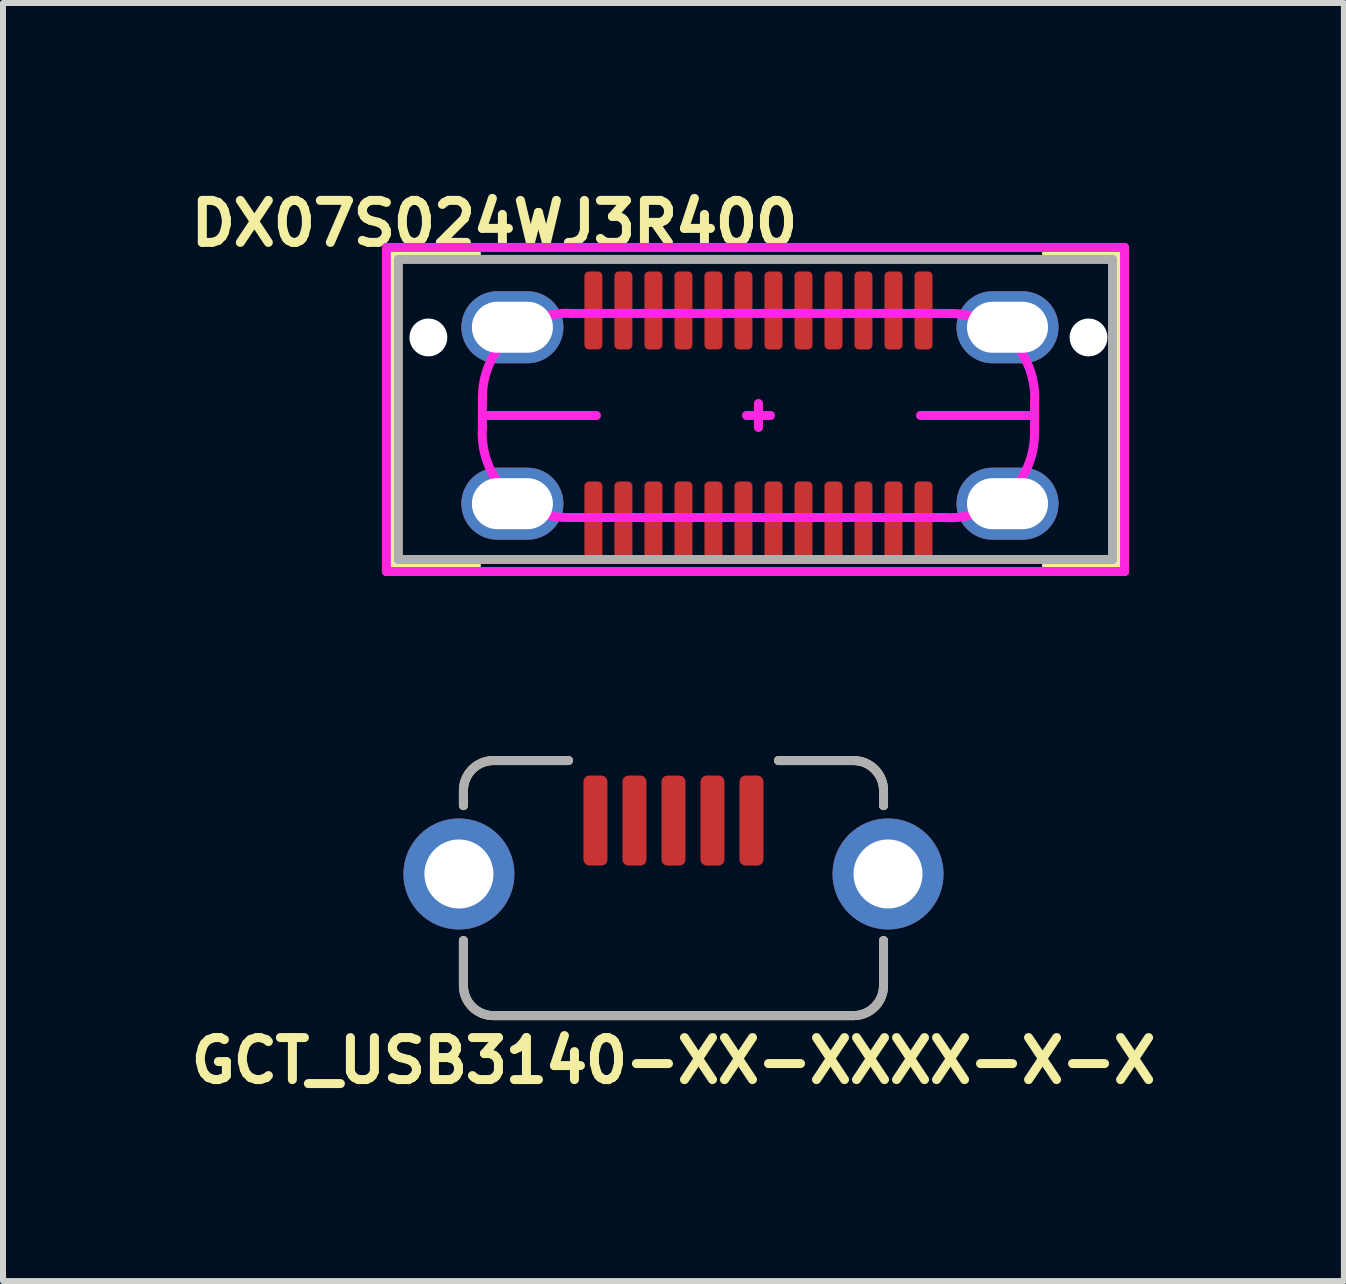
<source format=kicad_pcb>
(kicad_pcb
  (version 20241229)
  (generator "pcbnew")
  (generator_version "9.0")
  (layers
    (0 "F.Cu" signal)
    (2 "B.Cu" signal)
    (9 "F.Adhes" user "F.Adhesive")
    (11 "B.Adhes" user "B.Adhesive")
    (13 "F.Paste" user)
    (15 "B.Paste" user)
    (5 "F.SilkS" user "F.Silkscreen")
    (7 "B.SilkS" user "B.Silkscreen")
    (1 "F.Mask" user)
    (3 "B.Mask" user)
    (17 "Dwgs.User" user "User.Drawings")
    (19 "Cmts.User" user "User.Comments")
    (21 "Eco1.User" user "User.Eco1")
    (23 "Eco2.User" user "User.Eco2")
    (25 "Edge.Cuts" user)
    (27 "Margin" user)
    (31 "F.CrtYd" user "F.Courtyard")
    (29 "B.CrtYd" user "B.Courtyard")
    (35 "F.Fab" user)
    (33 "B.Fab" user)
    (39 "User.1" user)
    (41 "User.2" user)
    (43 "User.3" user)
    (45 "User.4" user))
  (footprint "DX07S024WJ3R400"
    (layer "F.Cu")
    (at 9.588 2.573)
    (property "Reference" "DX07S024WJ3R400" (at -4.4 -1.9 0) (layer "F.SilkS") (effects (font (size 0.7 0.7) (thickness 0.15))))
    (attr through_hole)
    (fp_line (start -6.1 -1.4) (end -6.1 3.8) (stroke (width 0.15) (type solid)) (layer "F.SilkS"))
    (fp_line (start -6.1 -1.4) (end -4.7 -1.4) (stroke (width 0.15) (type solid)) (layer "F.SilkS"))
    (fp_line (start -6.1 3.8) (end -4.7 3.8) (stroke (width 0.15) (type solid)) (layer "F.SilkS"))
    (fp_line (start 6 -1.4) (end 4.8 -1.4) (stroke (width 0.15) (type solid)) (layer "F.SilkS"))
    (fp_line (start 6 3.8) (end 4.8 3.8) (stroke (width 0.15) (type solid)) (layer "F.SilkS"))
    (fp_line (start 6 3.8) (end 6 -1.4) (stroke (width 0.15) (type solid)) (layer "F.SilkS"))
    (fp_line (start -6.2 -1.5) (end 6.1 -1.5) (stroke (width 0.15) (type solid)) (layer "F.CrtYd"))
    (fp_line (start -6.2 3.9) (end -6.2 -1.5) (stroke (width 0.15) (type solid)) (layer "F.CrtYd"))
    (fp_line (start -4.6 1) (end -4.6 1.3) (stroke (width 0.15) (type solid)) (layer "F.CrtYd"))
    (fp_line (start -4.6 1.3) (end -4.6 1.5) (stroke (width 0.15) (type solid)) (layer "F.CrtYd"))
    (fp_line (start -4.6 1.3) (end -2.7 1.3) (stroke (width 0.15) (type solid)) (layer "F.CrtYd"))
    (fp_line (start -3.2 3) (end 3.1 3) (stroke (width 0.15) (type solid)) (layer "F.CrtYd"))
    (fp_line (start -0.2 1.3) (end 0.2 1.3) (stroke (width 0.15) (type solid)) (layer "F.CrtYd"))
    (fp_line (start 0 1.1) (end 0 1.5) (stroke (width 0.15) (type solid)) (layer "F.CrtYd"))
    (fp_line (start 3.2 -0.4) (end -3.1 -0.4) (stroke (width 0.15) (type solid)) (layer "F.CrtYd"))
    (fp_line (start 4.6 1.1) (end 4.6 1.3) (stroke (width 0.15) (type solid)) (layer "F.CrtYd"))
    (fp_line (start 4.6 1.3) (end 2.7 1.3) (stroke (width 0.15) (type solid)) (layer "F.CrtYd"))
    (fp_line (start 4.6 1.3) (end 4.6 1.6) (stroke (width 0.15) (type solid)) (layer "F.CrtYd"))
    (fp_line (start 6.1 -1.5) (end 6.1 3.9) (stroke (width 0.15) (type solid)) (layer "F.CrtYd"))
    (fp_line (start 6.1 3.9) (end -6.2 3.9) (stroke (width 0.15) (type solid)) (layer "F.CrtYd"))
    (fp_arc (start -4.599459 1) (mid -4.153841 -0.025717) (end -3.1 -0.4) (stroke (width 0.15) (type solid)) (layer "F.CrtYd"))
    (fp_arc (start -3.2 2.999459) (mid -4.225717 2.553841) (end -4.6 1.5) (stroke (width 0.15) (type solid)) (layer "F.CrtYd"))
    (fp_arc (start 3.2 -0.399459) (mid 4.225717 0.046159) (end 4.6 1.1) (stroke (width 0.15) (type solid)) (layer "F.CrtYd"))
    (fp_arc (start 4.599459 1.6) (mid 4.153841 2.625717) (end 3.1 3) (stroke (width 0.15) (type solid)) (layer "F.CrtYd"))
    (fp_line (start -6 -1.3) (end 5.9 -1.3) (stroke (width 0.15) (type solid)) (layer "F.Fab"))
    (fp_line (start -6 3.7) (end -6 -1.3) (stroke (width 0.15) (type solid)) (layer "F.Fab"))
    (fp_line (start 5.9 -1.3) (end 5.9 3.7) (stroke (width 0.15) (type solid)) (layer "F.Fab"))
    (fp_line (start 5.9 3.7) (end -6 3.7) (stroke (width 0.15) (type solid)) (layer "F.Fab"))
    (pad "" np_thru_hole circle (at -5.5 0) (size 0.63 0.63) (drill 0.63) (layers "*.Cu" "*.Mask"))
    (pad "" np_thru_hole circle (at 5.5 0) (size 0.63 0.63) (drill 0.63) (layers "*.Cu" "*.Mask"))
    (pad "A1" smd roundrect (at -2.75 -0.45) (size 0.3 1.3) (layers "F.Cu" "F.Mask" "F.Paste") (roundrect_rratio 0.25))
    (pad "A2" smd roundrect (at -2.25 -0.45) (size 0.3 1.3) (layers "F.Cu" "F.Mask" "F.Paste") (roundrect_rratio 0.25))
    (pad "A3" smd roundrect (at -1.75 -0.45) (size 0.3 1.3) (layers "F.Cu" "F.Mask" "F.Paste") (roundrect_rratio 0.25))
    (pad "A4" smd roundrect (at -1.25 -0.45) (size 0.3 1.3) (layers "F.Cu" "F.Mask" "F.Paste") (roundrect_rratio 0.25))
    (pad "A5" smd roundrect (at -0.75 -0.45) (size 0.3 1.3) (layers "F.Cu" "F.Mask" "F.Paste") (roundrect_rratio 0.25))
    (pad "A6" smd roundrect (at -0.25 -0.45) (size 0.3 1.3) (layers "F.Cu" "F.Mask" "F.Paste") (roundrect_rratio 0.25))
    (pad "A7" smd roundrect (at 0.25 -0.45) (size 0.3 1.3) (layers "F.Cu" "F.Mask" "F.Paste") (roundrect_rratio 0.25))
    (pad "A8" smd roundrect (at 0.75 -0.45) (size 0.3 1.3) (layers "F.Cu" "F.Mask" "F.Paste") (roundrect_rratio 0.25))
    (pad "A9" smd roundrect (at 1.25 -0.45) (size 0.3 1.3) (layers "F.Cu" "F.Mask" "F.Paste") (roundrect_rratio 0.25))
    (pad "A10" smd roundrect (at 1.75 -0.45) (size 0.3 1.3) (layers "F.Cu" "F.Mask" "F.Paste") (roundrect_rratio 0.25))
    (pad "A11" smd roundrect (at 2.25 -0.45) (size 0.3 1.3) (layers "F.Cu" "F.Mask" "F.Paste") (roundrect_rratio 0.25))
    (pad "A12" smd roundrect (at 2.75 -0.45) (size 0.3 1.3) (layers "F.Cu" "F.Mask" "F.Paste") (roundrect_rratio 0.25))
    (pad "B1" smd roundrect (at 2.75 3.05) (size 0.3 1.3) (layers "F.Cu" "F.Mask" "F.Paste") (roundrect_rratio 0.25))
    (pad "B2" smd roundrect (at 2.25 3.05) (size 0.3 1.3) (layers "F.Cu" "F.Mask" "F.Paste") (roundrect_rratio 0.25))
    (pad "B3" smd roundrect (at 1.75 3.05) (size 0.3 1.3) (layers "F.Cu" "F.Mask" "F.Paste") (roundrect_rratio 0.25))
    (pad "B4" smd roundrect (at 1.25 3.05) (size 0.3 1.3) (layers "F.Cu" "F.Mask" "F.Paste") (roundrect_rratio 0.25))
    (pad "B5" smd roundrect (at 0.75 3.05) (size 0.3 1.3) (layers "F.Cu" "F.Mask" "F.Paste") (roundrect_rratio 0.25))
    (pad "B6" smd roundrect (at 0.25 3.05) (size 0.3 1.3) (layers "F.Cu" "F.Mask" "F.Paste") (roundrect_rratio 0.25))
    (pad "B7" smd roundrect (at -0.25 3.05) (size 0.3 1.3) (layers "F.Cu" "F.Mask" "F.Paste") (roundrect_rratio 0.25))
    (pad "B8" smd roundrect (at -0.75 3.05) (size 0.3 1.3) (layers "F.Cu" "F.Mask" "F.Paste") (roundrect_rratio 0.25))
    (pad "B9" smd roundrect (at -1.25 3.05) (size 0.3 1.3) (layers "F.Cu" "F.Mask" "F.Paste") (roundrect_rratio 0.25))
    (pad "B10" smd roundrect (at -1.75 3.05) (size 0.3 1.3) (layers "F.Cu" "F.Mask" "F.Paste") (roundrect_rratio 0.25))
    (pad "B11" smd roundrect (at -2.25 3.05) (size 0.3 1.3) (layers "F.Cu" "F.Mask" "F.Paste") (roundrect_rratio 0.25))
    (pad "B12" smd roundrect (at -2.75 3.05) (size 0.3 1.3) (layers "F.Cu" "F.Mask" "F.Paste") (roundrect_rratio 0.25))
    (pad "S1" thru_hole oval (at -4.1 -0.17) (size 1.7 1.2) (drill oval 1.35 0.85) (layers "*.Cu" "*.Mask"))
    (pad "S1" thru_hole oval (at -4.1 2.77) (size 1.7 1.2) (drill oval 1.35 0.85) (layers "*.Cu" "*.Mask"))
    (pad "S1" thru_hole oval (at 4.15 -0.17) (size 1.7 1.2) (drill oval 1.35 0.85) (layers "*.Cu" "*.Mask"))
    (pad "S1" thru_hole oval (at 4.15 2.77) (size 1.7 1.2) (drill oval 1.35 0.85) (layers "*.Cu" "*.Mask")))
  (footprint "GCT_USB3140-XX-XXXX-X-X"
    (layer "F.Cu")
    (at 8.172 10.623)
    (property "Reference" "GCT_USB3140-XX-XXXX-X-X" (at 0 4 0) (layer "F.SilkS") (effects (font (size 0.7 0.7) (thickness 0.15))))
    (attr through_hole)
    (fp_line (start -3.5 -0.5) (end -3.5 -0.25) (stroke (width 0.15) (type solid)) (layer "F.SilkS"))
    (fp_line (start -3.5 2) (end -3.5 2.75) (stroke (width 0.15) (type solid)) (layer "F.SilkS"))
    (fp_line (start -3 -1) (end -1.75 -1) (stroke (width 0.15) (type solid)) (layer "F.SilkS"))
    (fp_line (start -3 3.25) (end 3 3.25) (stroke (width 0.15) (type solid)) (layer "F.SilkS"))
    (fp_line (start 1.75 -1) (end 3 -1) (stroke (width 0.15) (type solid)) (layer "F.SilkS"))
    (fp_line (start 3.5 -0.5) (end 3.5 -0.25) (stroke (width 0.15) (type solid)) (layer "F.SilkS"))
    (fp_line (start 3.5 2.75) (end 3.5 2) (stroke (width 0.15) (type solid)) (layer "F.SilkS"))
    (fp_arc (start -3.5 -0.5) (mid -3.353553 -0.853553) (end -3 -1) (stroke (width 0.15) (type solid)) (layer "F.SilkS"))
    (fp_arc (start -3 3.25) (mid -3.353553 3.103553) (end -3.5 2.75) (stroke (width 0.15) (type solid)) (layer "F.SilkS"))
    (fp_arc (start 3 -1) (mid 3.353553 -0.853553) (end 3.5 -0.5) (stroke (width 0.15) (type solid)) (layer "F.SilkS"))
    (fp_arc (start 3.5 2.75) (mid 3.353553 3.103553) (end 3 3.25) (stroke (width 0.15) (type solid)) (layer "F.SilkS"))
    (fp_line (start -3.5 -0.25) (end -3.5 -0.5) (stroke (width 0.15) (type solid)) (layer "F.Fab"))
    (fp_line (start -3.5 2.75) (end -3.5 2) (stroke (width 0.15) (type solid)) (layer "F.Fab"))
    (fp_line (start -3 -1) (end -1.75 -1) (stroke (width 0.15) (type solid)) (layer "F.Fab"))
    (fp_line (start 1.75 -1) (end 3 -1) (stroke (width 0.15) (type solid)) (layer "F.Fab"))
    (fp_line (start 3 3.25) (end -3 3.25) (stroke (width 0.15) (type solid)) (layer "F.Fab"))
    (fp_line (start 3.5 -0.5) (end 3.5 -0.25) (stroke (width 0.15) (type solid)) (layer "F.Fab"))
    (fp_line (start 3.5 2) (end 3.5 2.75) (stroke (width 0.15) (type solid)) (layer "F.Fab"))
    (fp_arc (start -3.5 -0.5) (mid -3.353553 -0.853553) (end -3 -1) (stroke (width 0.15) (type solid)) (layer "F.Fab"))
    (fp_arc (start -3 3.25) (mid -3.353553 3.103553) (end -3.5 2.75) (stroke (width 0.15) (type solid)) (layer "F.Fab"))
    (fp_arc (start 3 -1) (mid 3.353553 -0.853553) (end 3.5 -0.5) (stroke (width 0.15) (type solid)) (layer "F.Fab"))
    (fp_arc (start 3.5 2.75) (mid 3.353553 3.103553) (end 3 3.25) (stroke (width 0.15) (type solid)) (layer "F.Fab"))
    (pad "1" smd roundrect (at -1.3 0) (size 0.4 1.5) (layers "F.Cu" "F.Mask" "F.Paste") (roundrect_rratio 0.25))
    (pad "2" smd roundrect (at -0.65 0) (size 0.4 1.5) (layers "F.Cu" "F.Mask" "F.Paste") (roundrect_rratio 0.25))
    (pad "3" smd roundrect (at 0 0) (size 0.4 1.5) (layers "F.Cu" "F.Mask" "F.Paste") (roundrect_rratio 0.25))
    (pad "4" smd roundrect (at 0.65 0) (size 0.4 1.5) (layers "F.Cu" "F.Mask" "F.Paste") (roundrect_rratio 0.25))
    (pad "5" smd roundrect (at 1.3 0) (size 0.4 1.5) (layers "F.Cu" "F.Mask" "F.Paste") (roundrect_rratio 0.25))
    (pad "6" thru_hole circle (at -3.575 0.89) (size 1.85 1.85) (drill 1.15) (layers "*.Cu" "*.Mask"))
    (pad "6" thru_hole circle (at 3.575 0.89) (size 1.85 1.85) (drill 1.15) (layers "*.Cu" "*.Mask")))
  (gr_rect
    (start -3 -3)
    (end 19.343 18.296)
    (stroke (width 0.1) (type default))
    (fill no)
    (layer "Edge.Cuts")))
</source>
